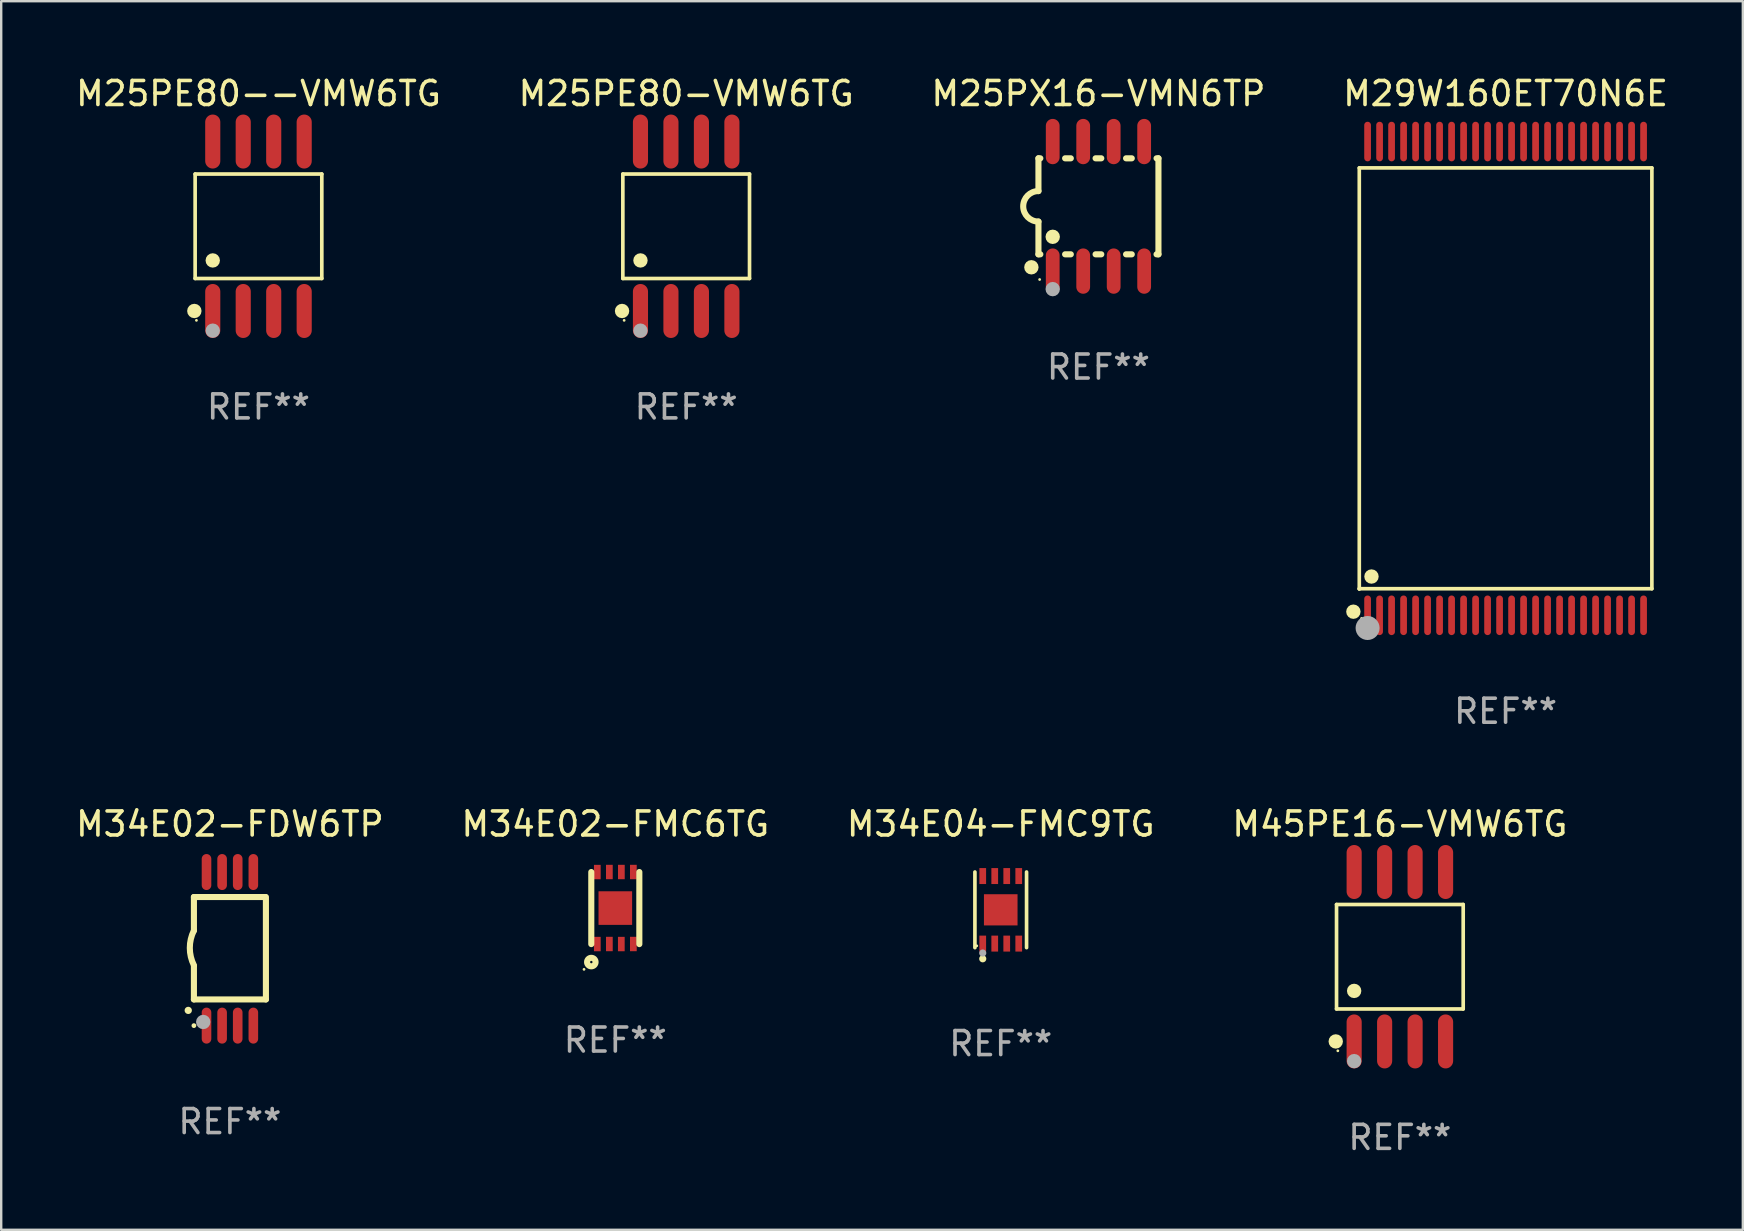
<source format=kicad_pcb>
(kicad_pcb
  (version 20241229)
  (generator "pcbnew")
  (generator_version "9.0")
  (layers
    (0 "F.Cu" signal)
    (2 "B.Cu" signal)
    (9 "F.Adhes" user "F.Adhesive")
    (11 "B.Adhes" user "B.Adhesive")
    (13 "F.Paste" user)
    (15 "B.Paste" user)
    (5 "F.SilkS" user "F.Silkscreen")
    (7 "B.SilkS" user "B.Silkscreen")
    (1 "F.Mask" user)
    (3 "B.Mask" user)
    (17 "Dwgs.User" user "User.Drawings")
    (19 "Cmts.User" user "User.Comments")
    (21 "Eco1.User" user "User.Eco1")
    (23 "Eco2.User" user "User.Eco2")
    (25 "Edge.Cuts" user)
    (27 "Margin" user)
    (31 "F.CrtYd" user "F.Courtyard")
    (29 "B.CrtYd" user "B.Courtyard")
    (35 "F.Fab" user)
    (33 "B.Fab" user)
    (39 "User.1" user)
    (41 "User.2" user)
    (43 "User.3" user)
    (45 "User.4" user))
  (footprint "M25PE80-VMW6TG"
    (layer "F.Cu")
    (at 25.542 6.378)
    (property "Reference" "M25PE80-VMW6TG" (at 0 -5.53 0) (layer "F.SilkS") (effects (font (size 1 1) (thickness 0.15))))
    (attr through_hole)
    (fp_line (start -2.639 -2.176) (end 2.639 -2.176) (stroke (width 0.152) (type solid)) (layer "F.SilkS"))
    (fp_line (start -2.639 2.176) (end -2.639 -2.176) (stroke (width 0.152) (type solid)) (layer "F.SilkS"))
    (fp_line (start 2.639 -2.176) (end 2.639 2.176) (stroke (width 0.152) (type solid)) (layer "F.SilkS"))
    (fp_line (start 2.639 2.176) (end -2.639 2.176) (stroke (width 0.152) (type solid)) (layer "F.SilkS"))
    (fp_circle (center -2.672 3.53) (end -2.522 3.53) (stroke (width 0.3) (type solid)) (fill no) (layer "F.SilkS"))
    (fp_circle (center -2.585 3.92) (end -2.555 3.92) (stroke (width 0.06) (type solid)) (fill no) (layer "F.SilkS"))
    (fp_circle (center -1.905 1.424) (end -1.755 1.424) (stroke (width 0.3) (type solid)) (fill no) (layer "F.SilkS"))
    (fp_circle (center -1.905 4.35) (end -1.755 4.35) (stroke (width 0.3) (type solid)) (fill no) (layer "F.Fab"))
    (fp_text user "REF**" (at 0 7.53 0) (layer "F.Fab") (effects (font (size 1 1) (thickness 0.15))))
    (pad "1" smd oval (at -1.905 3.53) (size 0.63 2.25) (layers "F.Cu" "F.Mask" "F.Paste"))
    (pad "2" smd oval (at -0.635 3.53) (size 0.63 2.25) (layers "F.Cu" "F.Mask" "F.Paste"))
    (pad "3" smd oval (at 0.635 3.53) (size 0.63 2.25) (layers "F.Cu" "F.Mask" "F.Paste"))
    (pad "4" smd oval (at 1.905 3.53) (size 0.63 2.25) (layers "F.Cu" "F.Mask" "F.Paste"))
    (pad "5" smd oval (at 1.905 -3.53) (size 0.63 2.25) (layers "F.Cu" "F.Mask" "F.Paste"))
    (pad "6" smd oval (at 0.635 -3.53) (size 0.63 2.25) (layers "F.Cu" "F.Mask" "F.Paste"))
    (pad "7" smd oval (at -0.635 -3.53) (size 0.63 2.25) (layers "F.Cu" "F.Mask" "F.Paste"))
    (pad "8" smd oval (at -1.905 -3.53) (size 0.63 2.25) (layers "F.Cu" "F.Mask" "F.Paste")))
  (footprint "M34E02-FDW6TP"
    (layer "F.Cu")
    (at 6.53 36.486)
    (property "Reference" "M34E02-FDW6TP" (at 0 -5.2 0) (layer "F.SilkS") (effects (font (size 1 1) (thickness 0.15))))
    (attr through_hole)
    (fp_line (start -1.5 -0.762) (end -1.5 -2.159) (stroke (width 0.254) (type solid)) (layer "F.SilkS"))
    (fp_line (start -1.5 2.108) (end -1.5 0.711) (stroke (width 0.254) (type solid)) (layer "F.SilkS"))
    (fp_line (start -1.5 2.108) (end 1.5 2.108) (stroke (width 0.254) (type solid)) (layer "F.SilkS"))
    (fp_line (start 1.463 -2.159) (end -1.5 -2.159) (stroke (width 0.254) (type solid)) (layer "F.SilkS"))
    (fp_line (start 1.5 2.108) (end 1.5 -2.159) (stroke (width 0.254) (type solid)) (layer "F.SilkS"))
    (fp_arc (start -1.737287 2.565405) (mid -1.736017 2.5654) (end -1.734747 2.565405) (stroke (width 0.3) (type solid)) (layer "F.SilkS"))
    (fp_arc (start -1.500076 0.685801) (mid -1.670966 -0.0381) (end -1.500076 -0.762002) (stroke (width 0.254001) (type solid)) (layer "F.SilkS"))
    (fp_circle (center -1.5 3.2) (end -1.45 3.2) (stroke (width 0.1) (type solid)) (fill no) (layer "F.SilkS"))
    (fp_circle (center -1.112 3.048) (end -0.962 3.048) (stroke (width 0.3) (type solid)) (fill no) (layer "F.Fab"))
    (fp_text user "REF**" (at 0 7.2 0) (layer "F.Fab") (effects (font (size 1 1) (thickness 0.15))))
    (pad "1" smd oval (at -0.975 3.2 180) (size 0.4 1.5) (layers "F.Cu" "F.Mask" "F.Paste"))
    (pad "2" smd oval (at -0.325 3.2 180) (size 0.4 1.5) (layers "F.Cu" "F.Mask" "F.Paste"))
    (pad "3" smd oval (at 0.325 3.2 180) (size 0.4 1.5) (layers "F.Cu" "F.Mask" "F.Paste"))
    (pad "4" smd oval (at 0.976 3.2 180) (size 0.4 1.5) (layers "F.Cu" "F.Mask" "F.Paste"))
    (pad "5" smd oval (at 0.976 -3.2 180) (size 0.4 1.5) (layers "F.Cu" "F.Mask" "F.Paste"))
    (pad "6" smd oval (at 0.325 -3.2 180) (size 0.4 1.5) (layers "F.Cu" "F.Mask" "F.Paste"))
    (pad "7" smd oval (at -0.325 -3.2 180) (size 0.4 1.5) (layers "F.Cu" "F.Mask" "F.Paste"))
    (pad "8" smd oval (at -0.975 -3.2 180) (size 0.4 1.5) (layers "F.Cu" "F.Mask" "F.Paste")))
  (footprint "M34E02-FMC6TG"
    (layer "F.Cu")
    (at 22.589 34.787)
    (property "Reference" "M34E02-FMC6TG" (at 0 -3.502 0) (layer "F.SilkS") (effects (font (size 1 1) (thickness 0.15))))
    (attr through_hole)
    (fp_line (start -1.001 1.502) (end -1.001 -1.501) (stroke (width 0.254) (type solid)) (layer "F.SilkS"))
    (fp_line (start 1.001 1.502) (end 1.001 -1.501) (stroke (width 0.254) (type solid)) (layer "F.SilkS"))
    (fp_circle (center -1.304 2.554) (end -1.274 2.554) (stroke (width 0.06) (type solid)) (fill no) (layer "F.SilkS"))
    (fp_circle (center -1 2.251) (end -0.823 2.251) (stroke (width 0.254) (type solid)) (fill no) (layer "F.SilkS"))
    (fp_text user "REF**" (at 0 5.502 0) (layer "F.Fab") (effects (font (size 1 1) (thickness 0.15))))
    (pad "1" smd rect (at -0.75 1.5 180) (size 0.28 0.6) (layers "F.Cu" "F.Mask" "F.Paste"))
    (pad "2" smd rect (at -0.248 1.498 180) (size 0.28 0.6) (layers "F.Cu" "F.Mask" "F.Paste"))
    (pad "3" smd rect (at 0.25 1.5 180) (size 0.28 0.6) (layers "F.Cu" "F.Mask" "F.Paste"))
    (pad "4" smd rect (at 0.752 1.498 180) (size 0.28 0.6) (layers "F.Cu" "F.Mask" "F.Paste"))
    (pad "5" smd rect (at 0.752 -1.502 180) (size 0.28 0.6) (layers "F.Cu" "F.Mask" "F.Paste"))
    (pad "6" smd rect (at 0.252 -1.502 180) (size 0.28 0.6) (layers "F.Cu" "F.Mask" "F.Paste"))
    (pad "7" smd rect (at -0.248 -1.502 180) (size 0.28 0.6) (layers "F.Cu" "F.Mask" "F.Paste"))
    (pad "8" smd rect (at -0.75 -1.5 180) (size 0.28 0.6) (layers "F.Cu" "F.Mask" "F.Paste"))
    (pad "9" smd rect (at 0.000051 0.001 270) (size 1.4 1.4) (layers "F.Cu" "F.Mask" "F.Paste")))
  (footprint "M25PE80--VMW6TG"
    (layer "F.Cu")
    (at 7.72 6.378)
    (property "Reference" "M25PE80--VMW6TG" (at 0 -5.53 0) (layer "F.SilkS") (effects (font (size 1 1) (thickness 0.15))))
    (attr through_hole)
    (fp_line (start -2.639 -2.176) (end 2.639 -2.176) (stroke (width 0.152) (type solid)) (layer "F.SilkS"))
    (fp_line (start -2.639 2.176) (end -2.639 -2.176) (stroke (width 0.152) (type solid)) (layer "F.SilkS"))
    (fp_line (start 2.639 -2.176) (end 2.639 2.176) (stroke (width 0.152) (type solid)) (layer "F.SilkS"))
    (fp_line (start 2.639 2.176) (end -2.639 2.176) (stroke (width 0.152) (type solid)) (layer "F.SilkS"))
    (fp_circle (center -2.672 3.53) (end -2.522 3.53) (stroke (width 0.3) (type solid)) (fill no) (layer "F.SilkS"))
    (fp_circle (center -2.585 3.92) (end -2.555 3.92) (stroke (width 0.06) (type solid)) (fill no) (layer "F.SilkS"))
    (fp_circle (center -1.905 1.424) (end -1.755 1.424) (stroke (width 0.3) (type solid)) (fill no) (layer "F.SilkS"))
    (fp_circle (center -1.905 4.35) (end -1.755 4.35) (stroke (width 0.3) (type solid)) (fill no) (layer "F.Fab"))
    (fp_text user "REF**" (at 0 7.53 0) (layer "F.Fab") (effects (font (size 1 1) (thickness 0.15))))
    (pad "1" smd oval (at -1.905 3.53) (size 0.63 2.25) (layers "F.Cu" "F.Mask" "F.Paste"))
    (pad "2" smd oval (at -0.635 3.53) (size 0.63 2.25) (layers "F.Cu" "F.Mask" "F.Paste"))
    (pad "3" smd oval (at 0.635 3.53) (size 0.63 2.25) (layers "F.Cu" "F.Mask" "F.Paste"))
    (pad "4" smd oval (at 1.905 3.53) (size 0.63 2.25) (layers "F.Cu" "F.Mask" "F.Paste"))
    (pad "5" smd oval (at 1.905 -3.53) (size 0.63 2.25) (layers "F.Cu" "F.Mask" "F.Paste"))
    (pad "6" smd oval (at 0.635 -3.53) (size 0.63 2.25) (layers "F.Cu" "F.Mask" "F.Paste"))
    (pad "7" smd oval (at -0.635 -3.53) (size 0.63 2.25) (layers "F.Cu" "F.Mask" "F.Paste"))
    (pad "8" smd oval (at -1.905 -3.53) (size 0.63 2.25) (layers "F.Cu" "F.Mask" "F.Paste")))
  (footprint "M25PX16-VMN6TP"
    (layer "F.Cu")
    (at 42.72 5.547)
    (property "Reference" "M25PX16-VMN6TP" (at 0 -4.699 0) (layer "F.SilkS") (effects (font (size 1 1) (thickness 0.15))))
    (attr through_hole)
    (fp_line (start -2.5 -2) (end -2.5 -0.635) (stroke (width 0.254) (type solid)) (layer "F.SilkS"))
    (fp_line (start -2.5 -2) (end -2.421 -2) (stroke (width 0.254) (type solid)) (layer "F.SilkS"))
    (fp_line (start -2.5 2) (end -2.5 0.635) (stroke (width 0.254) (type solid)) (layer "F.SilkS"))
    (fp_line (start -2.5 2) (end -2.421 2) (stroke (width 0.254) (type solid)) (layer "F.SilkS"))
    (fp_line (start -1.389 -2) (end -1.151 -2) (stroke (width 0.254) (type solid)) (layer "F.SilkS"))
    (fp_line (start -1.389 2) (end -1.151 2) (stroke (width 0.254) (type solid)) (layer "F.SilkS"))
    (fp_line (start -0.119 -2) (end 0.119 -2) (stroke (width 0.254) (type solid)) (layer "F.SilkS"))
    (fp_line (start -0.119 2) (end 0.119 2) (stroke (width 0.254) (type solid)) (layer "F.SilkS"))
    (fp_line (start 1.151 -2) (end 1.389 -2) (stroke (width 0.254) (type solid)) (layer "F.SilkS"))
    (fp_line (start 1.151 2) (end 1.389 2) (stroke (width 0.254) (type solid)) (layer "F.SilkS"))
    (fp_line (start 2.421 -2) (end 2.5 -2) (stroke (width 0.254) (type solid)) (layer "F.SilkS"))
    (fp_line (start 2.421 2) (end 2.5 2) (stroke (width 0.254) (type solid)) (layer "F.SilkS"))
    (fp_line (start 2.5 -2) (end 2.5 2) (stroke (width 0.254) (type solid)) (layer "F.SilkS"))
    (fp_arc (start -2.5 0.635001) (mid -3.134366 -0.000318) (end -2.499365 -0.635001) (stroke (width 0.254001) (type solid)) (layer "F.SilkS"))
    (fp_circle (center -2.794 2.54) (end -2.644 2.54) (stroke (width 0.3) (type solid)) (fill no) (layer "F.SilkS"))
    (fp_circle (center -2.45 3.05) (end -2.42 3.05) (stroke (width 0.06) (type solid)) (fill no) (layer "F.SilkS"))
    (fp_circle (center -1.905 1.27) (end -1.755 1.27) (stroke (width 0.3) (type solid)) (fill no) (layer "F.SilkS"))
    (fp_circle (center -1.905 3.45) (end -1.755 3.45) (stroke (width 0.3) (type solid)) (fill no) (layer "F.Fab"))
    (fp_text user "REF**" (at 0 6.699 0) (layer "F.Fab") (effects (font (size 1 1) (thickness 0.15))))
    (pad "1" smd oval (at -1.905 2.699) (size 0.574 1.888) (layers "F.Cu" "F.Mask" "F.Paste"))
    (pad "2" smd oval (at -0.635 2.699) (size 0.574 1.888) (layers "F.Cu" "F.Mask" "F.Paste"))
    (pad "3" smd oval (at 0.635 2.699) (size 0.574 1.888) (layers "F.Cu" "F.Mask" "F.Paste"))
    (pad "4" smd oval (at 1.905 2.699) (size 0.574 1.888) (layers "F.Cu" "F.Mask" "F.Paste"))
    (pad "5" smd oval (at 1.905 -2.699) (size 0.574 1.888) (layers "F.Cu" "F.Mask" "F.Paste"))
    (pad "6" smd oval (at 0.635 -2.699) (size 0.574 1.888) (layers "F.Cu" "F.Mask" "F.Paste"))
    (pad "7" smd oval (at -0.635 -2.699) (size 0.574 1.888) (layers "F.Cu" "F.Mask" "F.Paste"))
    (pad "8" smd oval (at -1.905 -2.699) (size 0.574 1.888) (layers "F.Cu" "F.Mask" "F.Paste")))
  (footprint "M34E04-FMC9TG"
    (layer "F.Cu")
    (at 38.649 34.861)
    (property "Reference" "M34E04-FMC9TG" (at 0 -3.576 0) (layer "F.SilkS") (effects (font (size 1 1) (thickness 0.15))))
    (attr through_hole)
    (fp_line (start -1.076 1.576) (end -1.076 -1.576) (stroke (width 0.152) (type solid)) (layer "F.SilkS"))
    (fp_line (start 1.076 1.576) (end 1.076 -1.576) (stroke (width 0.152) (type solid)) (layer "F.SilkS"))
    (fp_circle (center -1 1.5) (end -0.97 1.5) (stroke (width 0.06) (type solid)) (fill no) (layer "F.SilkS"))
    (fp_circle (center -0.75 2.04) (end -0.675 2.04) (stroke (width 0.15) (type solid)) (fill no) (layer "F.SilkS"))
    (fp_circle (center -0.75 1.8) (end -0.675 1.8) (stroke (width 0.15) (type solid)) (fill no) (layer "F.Fab"))
    (fp_text user "REF**" (at 0 5.576 0) (layer "F.Fab") (effects (font (size 1 1) (thickness 0.15))))
    (pad "1" smd rect (at -0.75 1.407) (size 0.28 0.665) (layers "F.Cu" "F.Mask" "F.Paste"))
    (pad "2" smd rect (at -0.25 1.407) (size 0.28 0.665) (layers "F.Cu" "F.Mask" "F.Paste"))
    (pad "3" smd rect (at 0.25 1.407) (size 0.28 0.665) (layers "F.Cu" "F.Mask" "F.Paste"))
    (pad "4" smd rect (at 0.75 1.407) (size 0.28 0.665) (layers "F.Cu" "F.Mask" "F.Paste"))
    (pad "5" smd rect (at 0.75 -1.407) (size 0.28 0.665) (layers "F.Cu" "F.Mask" "F.Paste"))
    (pad "6" smd rect (at 0.25 -1.407) (size 0.28 0.665) (layers "F.Cu" "F.Mask" "F.Paste"))
    (pad "7" smd rect (at -0.25 -1.407) (size 0.28 0.665) (layers "F.Cu" "F.Mask" "F.Paste"))
    (pad "8" smd rect (at -0.75 -1.407) (size 0.28 0.665) (layers "F.Cu" "F.Mask" "F.Paste"))
    (pad "9" smd rect (at 0 0) (size 1.4 1.3) (layers "F.Cu" "F.Mask" "F.Paste")))
  (footprint "M45PE16-VMW6TG"
    (layer "F.Cu")
    (at 55.28 36.815)
    (property "Reference" "M45PE16-VMW6TG" (at 0 -5.53 0) (layer "F.SilkS") (effects (font (size 1 1) (thickness 0.15))))
    (attr through_hole)
    (fp_line (start -2.639 -2.176) (end 2.639 -2.176) (stroke (width 0.152) (type solid)) (layer "F.SilkS"))
    (fp_line (start -2.639 2.176) (end -2.639 -2.176) (stroke (width 0.152) (type solid)) (layer "F.SilkS"))
    (fp_line (start 2.639 -2.176) (end 2.639 2.176) (stroke (width 0.152) (type solid)) (layer "F.SilkS"))
    (fp_line (start 2.639 2.176) (end -2.639 2.176) (stroke (width 0.152) (type solid)) (layer "F.SilkS"))
    (fp_circle (center -2.672 3.53) (end -2.522 3.53) (stroke (width 0.3) (type solid)) (fill no) (layer "F.SilkS"))
    (fp_circle (center -2.585 3.92) (end -2.555 3.92) (stroke (width 0.06) (type solid)) (fill no) (layer "F.SilkS"))
    (fp_circle (center -1.905 1.424) (end -1.755 1.424) (stroke (width 0.3) (type solid)) (fill no) (layer "F.SilkS"))
    (fp_circle (center -1.905 4.35) (end -1.755 4.35) (stroke (width 0.3) (type solid)) (fill no) (layer "F.Fab"))
    (fp_text user "REF**" (at 0 7.53 0) (layer "F.Fab") (effects (font (size 1 1) (thickness 0.15))))
    (pad "1" smd oval (at -1.905 3.53) (size 0.63 2.25) (layers "F.Cu" "F.Mask" "F.Paste"))
    (pad "2" smd oval (at -0.635 3.53) (size 0.63 2.25) (layers "F.Cu" "F.Mask" "F.Paste"))
    (pad "3" smd oval (at 0.635 3.53) (size 0.63 2.25) (layers "F.Cu" "F.Mask" "F.Paste"))
    (pad "4" smd oval (at 1.905 3.53) (size 0.63 2.25) (layers "F.Cu" "F.Mask" "F.Paste"))
    (pad "5" smd oval (at 1.905 -3.53) (size 0.63 2.25) (layers "F.Cu" "F.Mask" "F.Paste"))
    (pad "6" smd oval (at 0.635 -3.53) (size 0.63 2.25) (layers "F.Cu" "F.Mask" "F.Paste"))
    (pad "7" smd oval (at -0.635 -3.53) (size 0.63 2.25) (layers "F.Cu" "F.Mask" "F.Paste"))
    (pad "8" smd oval (at -1.905 -3.53) (size 0.63 2.25) (layers "F.Cu" "F.Mask" "F.Paste")))
  (footprint "M29W160ET70N6E"
    (layer "F.Cu")
    (at 59.685 12.718)
    (property "Reference" "M29W160ET70N6E" (at 0 -11.87 0) (layer "F.SilkS") (effects (font (size 1 1) (thickness 0.15))))
    (attr through_hole)
    (fp_line (start -6.096 -8.771) (end 6.096 -8.771) (stroke (width 0.152) (type solid)) (layer "F.SilkS"))
    (fp_line (start -6.096 8.763) (end -6.096 8.771) (stroke (width 0.152) (type solid)) (layer "F.SilkS"))
    (fp_line (start -6.096 8.771) (end -6.096 -8.771) (stroke (width 0.152) (type solid)) (layer "F.SilkS"))
    (fp_line (start 6.096 -8.771) (end 6.096 8.763) (stroke (width 0.152) (type solid)) (layer "F.SilkS"))
    (fp_line (start 6.096 8.763) (end -6.096 8.763) (stroke (width 0.152) (type solid)) (layer "F.SilkS"))
    (fp_circle (center -6.342 9.72) (end -6.192 9.72) (stroke (width 0.3) (type solid)) (fill no) (layer "F.SilkS"))
    (fp_circle (center -6 10) (end -5.97 10) (stroke (width 0.06) (type solid)) (fill no) (layer "F.SilkS"))
    (fp_circle (center -5.588 8.255) (end -5.438 8.255) (stroke (width 0.3) (type solid)) (fill no) (layer "F.SilkS"))
    (fp_circle (center -5.75 10.4) (end -5.5 10.4) (stroke (width 0.5) (type solid)) (fill no) (layer "F.Fab"))
    (fp_text user "REF**" (at 0 13.87 0) (layer "F.Fab") (effects (font (size 1 1) (thickness 0.15))))
    (pad "1" smd oval (at -5.75 9.87) (size 0.28 1.65) (layers "F.Cu" "F.Mask" "F.Paste"))
    (pad "2" smd oval (at -5.25 9.87) (size 0.28 1.65) (layers "F.Cu" "F.Mask" "F.Paste"))
    (pad "3" smd oval (at -4.75 9.87) (size 0.28 1.65) (layers "F.Cu" "F.Mask" "F.Paste"))
    (pad "4" smd oval (at -4.25 9.87) (size 0.28 1.65) (layers "F.Cu" "F.Mask" "F.Paste"))
    (pad "5" smd oval (at -3.75 9.87) (size 0.28 1.65) (layers "F.Cu" "F.Mask" "F.Paste"))
    (pad "6" smd oval (at -3.25 9.87) (size 0.28 1.65) (layers "F.Cu" "F.Mask" "F.Paste"))
    (pad "7" smd oval (at -2.75 9.87) (size 0.28 1.65) (layers "F.Cu" "F.Mask" "F.Paste"))
    (pad "8" smd oval (at -2.25 9.87) (size 0.28 1.65) (layers "F.Cu" "F.Mask" "F.Paste"))
    (pad "9" smd oval (at -1.75 9.87) (size 0.28 1.65) (layers "F.Cu" "F.Mask" "F.Paste"))
    (pad "10" smd oval (at -1.25 9.87) (size 0.28 1.65) (layers "F.Cu" "F.Mask" "F.Paste"))
    (pad "11" smd oval (at -0.75 9.87) (size 0.28 1.65) (layers "F.Cu" "F.Mask" "F.Paste"))
    (pad "12" smd oval (at -0.25 9.87) (size 0.28 1.65) (layers "F.Cu" "F.Mask" "F.Paste"))
    (pad "13" smd oval (at 0.25 9.87) (size 0.28 1.65) (layers "F.Cu" "F.Mask" "F.Paste"))
    (pad "14" smd oval (at 0.75 9.87) (size 0.28 1.65) (layers "F.Cu" "F.Mask" "F.Paste"))
    (pad "15" smd oval (at 1.25 9.87) (size 0.28 1.65) (layers "F.Cu" "F.Mask" "F.Paste"))
    (pad "16" smd oval (at 1.75 9.87) (size 0.28 1.65) (layers "F.Cu" "F.Mask" "F.Paste"))
    (pad "17" smd oval (at 2.25 9.87) (size 0.28 1.65) (layers "F.Cu" "F.Mask" "F.Paste"))
    (pad "18" smd oval (at 2.75 9.87) (size 0.28 1.65) (layers "F.Cu" "F.Mask" "F.Paste"))
    (pad "19" smd oval (at 3.25 9.87) (size 0.28 1.65) (layers "F.Cu" "F.Mask" "F.Paste"))
    (pad "20" smd oval (at 3.75 9.87) (size 0.28 1.65) (layers "F.Cu" "F.Mask" "F.Paste"))
    (pad "21" smd oval (at 4.25 9.87) (size 0.28 1.65) (layers "F.Cu" "F.Mask" "F.Paste"))
    (pad "22" smd oval (at 4.75 9.87) (size 0.28 1.65) (layers "F.Cu" "F.Mask" "F.Paste"))
    (pad "23" smd oval (at 5.25 9.87) (size 0.28 1.65) (layers "F.Cu" "F.Mask" "F.Paste"))
    (pad "24" smd oval (at 5.75 9.87) (size 0.28 1.65) (layers "F.Cu" "F.Mask" "F.Paste"))
    (pad "25" smd oval (at 5.75 -9.87) (size 0.28 1.65) (layers "F.Cu" "F.Mask" "F.Paste"))
    (pad "26" smd oval (at 5.25 -9.87) (size 0.28 1.65) (layers "F.Cu" "F.Mask" "F.Paste"))
    (pad "27" smd oval (at 4.75 -9.87) (size 0.28 1.65) (layers "F.Cu" "F.Mask" "F.Paste"))
    (pad "28" smd oval (at 4.25 -9.87) (size 0.28 1.65) (layers "F.Cu" "F.Mask" "F.Paste"))
    (pad "29" smd oval (at 3.75 -9.87) (size 0.28 1.65) (layers "F.Cu" "F.Mask" "F.Paste"))
    (pad "30" smd oval (at 3.25 -9.87) (size 0.28 1.65) (layers "F.Cu" "F.Mask" "F.Paste"))
    (pad "31" smd oval (at 2.75 -9.87) (size 0.28 1.65) (layers "F.Cu" "F.Mask" "F.Paste"))
    (pad "32" smd oval (at 2.25 -9.87) (size 0.28 1.65) (layers "F.Cu" "F.Mask" "F.Paste"))
    (pad "33" smd oval (at 1.75 -9.87) (size 0.28 1.65) (layers "F.Cu" "F.Mask" "F.Paste"))
    (pad "34" smd oval (at 1.25 -9.87) (size 0.28 1.65) (layers "F.Cu" "F.Mask" "F.Paste"))
    (pad "35" smd oval (at 0.75 -9.87) (size 0.28 1.65) (layers "F.Cu" "F.Mask" "F.Paste"))
    (pad "36" smd oval (at 0.25 -9.87) (size 0.28 1.65) (layers "F.Cu" "F.Mask" "F.Paste"))
    (pad "37" smd oval (at -0.25 -9.87) (size 0.28 1.65) (layers "F.Cu" "F.Mask" "F.Paste"))
    (pad "38" smd oval (at -0.75 -9.87) (size 0.28 1.65) (layers "F.Cu" "F.Mask" "F.Paste"))
    (pad "39" smd oval (at -1.25 -9.87) (size 0.28 1.65) (layers "F.Cu" "F.Mask" "F.Paste"))
    (pad "40" smd oval (at -1.75 -9.87) (size 0.28 1.65) (layers "F.Cu" "F.Mask" "F.Paste"))
    (pad "41" smd oval (at -2.25 -9.87) (size 0.28 1.65) (layers "F.Cu" "F.Mask" "F.Paste"))
    (pad "42" smd oval (at -2.75 -9.87) (size 0.28 1.65) (layers "F.Cu" "F.Mask" "F.Paste"))
    (pad "43" smd oval (at -3.25 -9.87) (size 0.28 1.65) (layers "F.Cu" "F.Mask" "F.Paste"))
    (pad "44" smd oval (at -3.75 -9.87) (size 0.28 1.65) (layers "F.Cu" "F.Mask" "F.Paste"))
    (pad "45" smd oval (at -4.25 -9.87) (size 0.28 1.65) (layers "F.Cu" "F.Mask" "F.Paste"))
    (pad "46" smd oval (at -4.75 -9.87) (size 0.28 1.65) (layers "F.Cu" "F.Mask" "F.Paste"))
    (pad "47" smd oval (at -5.25 -9.87) (size 0.28 1.65) (layers "F.Cu" "F.Mask" "F.Paste"))
    (pad "48" smd oval (at -5.75 -9.87) (size 0.28 1.65) (layers "F.Cu" "F.Mask" "F.Paste")))
  (gr_rect
    (start -3 -3)
    (end 69.571 48.194)
    (stroke (width 0.1) (type default))
    (fill no)
    (layer "Edge.Cuts")))
</source>
